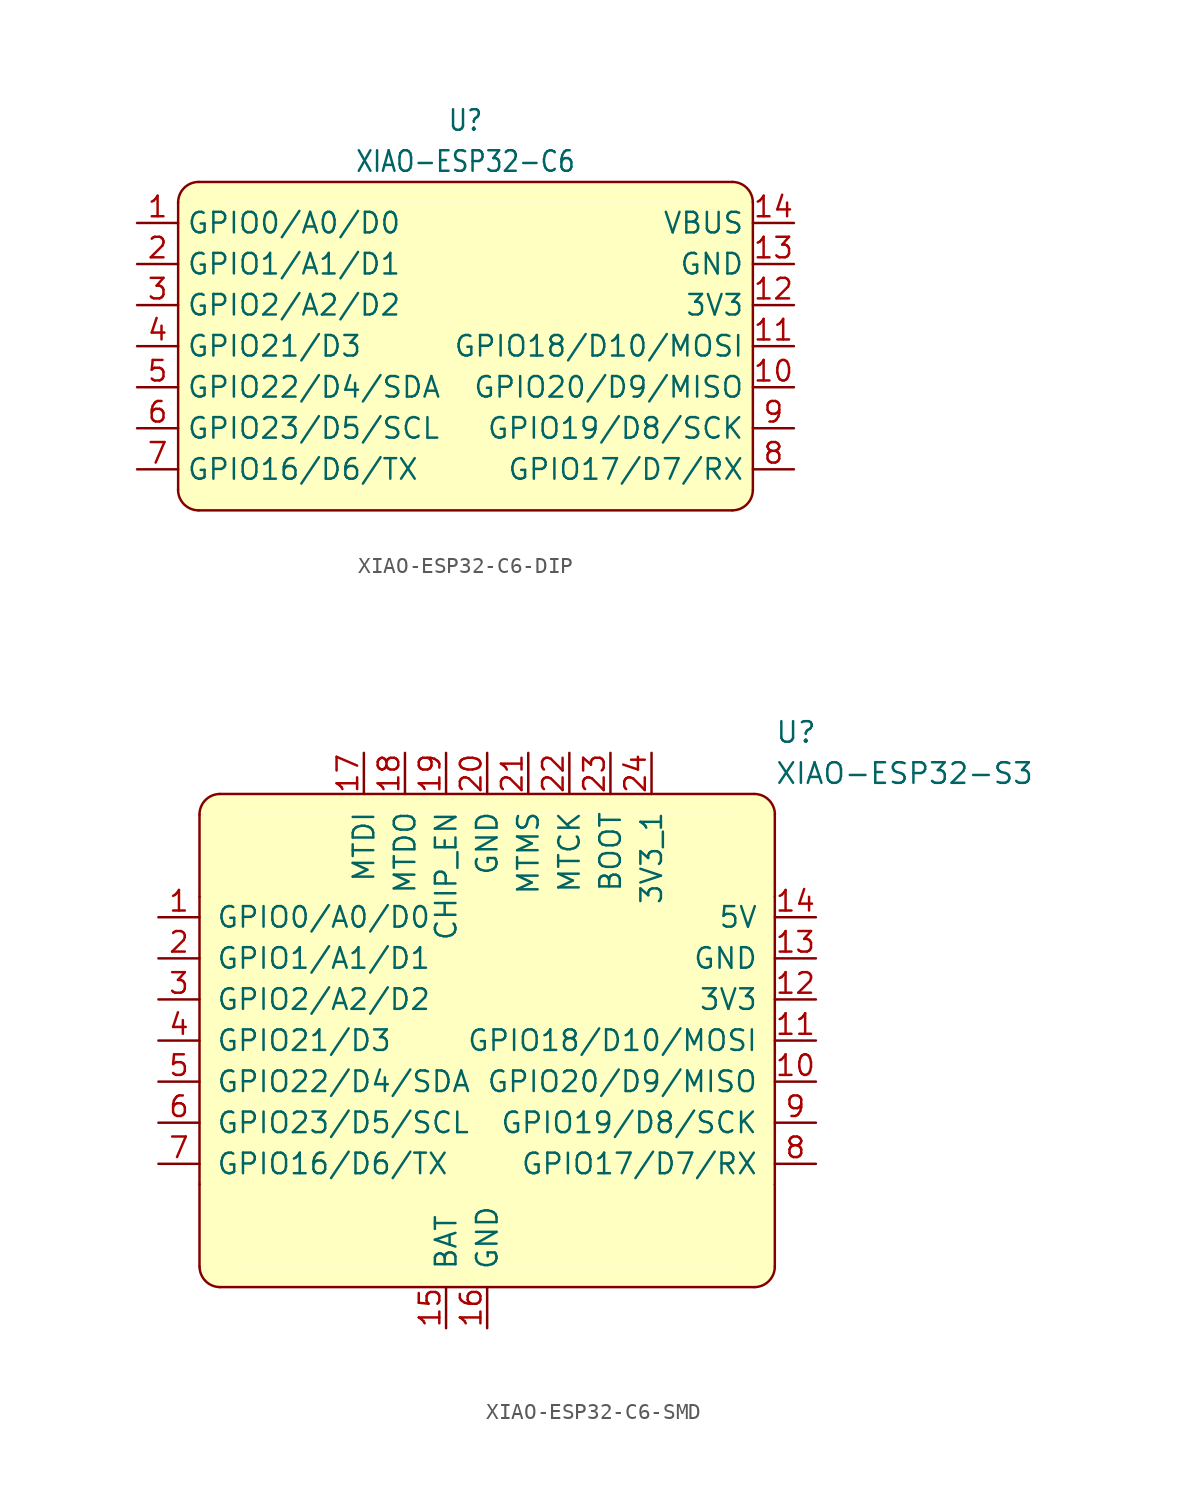
<source format=kicad_sym>
(kicad_symbol_lib
  (version 20241209)
  (generator "kicad_symbol_editor")
  (generator_version "9.0")
  (symbol "XIAO-ESP32-C6-DIP"
    (property "Reference" "U"
      (at 0 13.97 0)
      (effects (font (size 1.27 1.079))))
    (property "Value" "XIAO-ESP32-C6"
      (at 0 11.43 0)
      (effects (font (size 1.27 1.079))))
    (symbol "XIAO-ESP32-C6-DIP_1_0"
      (pin passive line (at -20.32 7.62 0) (length 2.54) (name "GPIO0/A0/D0" (effects (font (size 1.27 1.27)))) (number "1" (effects (font (size 1.27 1.27)))))
      (pin passive line (at -20.32 5.08 0) (length 2.54) (name "GPIO1/A1/D1" (effects (font (size 1.27 1.27)))) (number "2" (effects (font (size 1.27 1.27)))))
      (pin passive line (at -20.32 2.54 0) (length 2.54) (name "GPIO2/A2/D2" (effects (font (size 1.27 1.27)))) (number "3" (effects (font (size 1.27 1.27)))))
      (pin passive line (at -20.32 0 0) (length 2.54) (name "GPIO21/D3" (effects (font (size 1.27 1.27)))) (number "4" (effects (font (size 1.27 1.27)))))
      (pin passive line (at -20.32 -2.54 0) (length 2.54) (name "GPIO22/D4/SDA" (effects (font (size 1.27 1.27)))) (number "5" (effects (font (size 1.27 1.27)))))
      (pin passive line (at -20.32 -5.08 0) (length 2.54) (name "GPIO23/D5/SCL" (effects (font (size 1.27 1.27)))) (number "6" (effects (font (size 1.27 1.27)))))
      (pin passive line (at -20.32 -7.62 0) (length 2.54) (name "GPIO16/D6/TX" (effects (font (size 1.27 1.27)))) (number "7" (effects (font (size 1.27 1.27)))))
      (pin passive line (at 20.32 7.62 180) (length 2.54) (name "VBUS" (effects (font (size 1.27 1.27)))) (number "14" (effects (font (size 1.27 1.27)))))
      (pin passive line (at 20.32 5.08 180) (length 2.54) (name "GND" (effects (font (size 1.27 1.27)))) (number "13" (effects (font (size 1.27 1.27)))))
      (pin passive line (at 20.32 2.54 180) (length 2.54) (name "3V3" (effects (font (size 1.27 1.27)))) (number "12" (effects (font (size 1.27 1.27)))))
      (pin passive line (at 20.32 0 180) (length 2.54) (name "GPIO18/D10/MOSI" (effects (font (size 1.27 1.27)))) (number "11" (effects (font (size 1.27 1.27)))))
      (pin passive line (at 20.32 -2.54 180) (length 2.54) (name "GPIO20/D9/MISO" (effects (font (size 1.27 1.27)))) (number "10" (effects (font (size 1.27 1.27)))))
      (pin passive line (at 20.32 -5.08 180) (length 2.54) (name "GPIO19/D8/SCK" (effects (font (size 1.27 1.27)))) (number "9" (effects (font (size 1.27 1.27)))))
      (pin passive line (at 20.32 -7.62 180) (length 2.54) (name "GPIO17/D7/RX" (effects (font (size 1.27 1.27)))) (number "8" (effects (font (size 1.27 1.27))))))
    (symbol "XIAO-ESP32-C6-DIP_1_1"
      (rectangle (start -17.78 8.89) (end 17.78 -8.89) (stroke (width -0.0001) (type solid)) (fill (type background)))
      (polyline (pts (xy -17.78 -8.89) (xy -17.78 8.89)) (stroke (width 0) (type default)) (fill (type none)))
      (rectangle (start -16.51 10.16) (end 16.51 8.89) (stroke (width -0.0001) (type solid)) (fill (type background)))
      (polyline (pts (xy -16.51 10.16) (xy 16.51 10.16)) (stroke (width 0) (type default)) (fill (type none)))
      (circle (center -16.51 8.89) (radius 1.27) (stroke (width -0.0001) (type solid)) (fill (type background)))
      (circle (center -16.51 -8.89) (radius 1.27) (stroke (width -0.0001) (type solid)) (fill (type background)))
      (rectangle (start -16.51 -8.89) (end 16.51 -10.16) (stroke (width -0.0001) (type solid)) (fill (type background)))
      (polyline (pts (xy -16.51 -10.16) (xy 16.51 -10.16)) (stroke (width 0) (type default)) (fill (type none)))
      (arc (start -17.78 8.89) (mid -17.408 9.788) (end -16.51 10.16) (stroke (width 0) (type default)) (fill (type none)))
      (arc (start -16.51 -10.16) (mid -17.408 -9.788) (end -17.78 -8.89) (stroke (width 0) (type default)) (fill (type none)))
      (arc (start 16.51 10.16) (mid 17.408 9.788) (end 17.78 8.89) (stroke (width 0) (type default)) (fill (type none)))
      (circle (center 16.51 8.89) (radius 1.27) (stroke (width -0.0001) (type solid)) (fill (type background)))
      (circle (center 16.51 -8.89) (radius 1.27) (stroke (width -0.0001) (type solid)) (fill (type background)))
      (arc (start 17.78 -8.89) (mid 17.408 -9.788) (end 16.51 -10.16) (stroke (width 0) (type default)) (fill (type none)))
      (polyline (pts (xy 17.78 -8.89) (xy 17.78 8.89)) (stroke (width 0) (type default)) (fill (type none)))))
  (symbol "XIAO-ESP32-C6-SMD"
    (pin_names
      (offset 1.016))
    (property "Reference" "U"
      (at 17.78 19.05 0)
      (effects (font (size 1.27 1.27)) (justify left)))
    (property "Value" "XIAO-ESP32-S3"
      (at 17.78 16.51 0)
      (effects (font (size 1.27 1.27)) (justify left)))
    (symbol "XIAO-ESP32-C6-SMD_0_1"
      (polyline (pts (xy -17.78 8.89) (xy -17.78 13.97)) (stroke (width 0) (type default)) (fill (type none)))
      (polyline (pts (xy -17.78 -13.97) (xy -17.78 -8.89)) (stroke (width 0) (type default)) (fill (type none)))
      (polyline (pts (xy 17.78 13.97) (xy 17.78 8.89)) (stroke (width 0) (type default)) (fill (type none)))
      (polyline (pts (xy 17.78 -8.89) (xy 17.78 -13.97)) (stroke (width 0) (type default)) (fill (type none))))
    (symbol "XIAO-ESP32-C6-SMD_1_1"
      (rectangle (start -17.78 13.97) (end 17.78 -13.97) (stroke (width -0.0001) (type solid)) (fill (type background)))
      (polyline (pts (xy -17.78 -8.89) (xy -17.78 8.89)) (stroke (width 0) (type default)) (fill (type none)))
      (rectangle (start -16.51 15.24) (end 16.51 13.97) (stroke (width -0.0001) (type solid)) (fill (type background)))
      (polyline (pts (xy -16.51 15.24) (xy 16.51 15.24)) (stroke (width 0) (type default)) (fill (type none)))
      (circle (center -16.51 13.97) (radius 1.27) (stroke (width -0.0001) (type solid)) (fill (type background)))
      (circle (center -16.51 -13.97) (radius 1.27) (stroke (width -0.0001) (type solid)) (fill (type background)))
      (rectangle (start -16.51 -13.97) (end 16.51 -15.24) (stroke (width -0.0001) (type solid)) (fill (type background)))
      (polyline (pts (xy -16.51 -15.24) (xy 16.51 -15.24)) (stroke (width 0) (type default)) (fill (type none)))
      (arc (start -17.78 13.97) (mid -17.408 14.868) (end -16.51 15.24) (stroke (width 0) (type default)) (fill (type none)))
      (arc (start -16.51 -15.24) (mid -17.408 -14.868) (end -17.78 -13.97) (stroke (width 0) (type default)) (fill (type none)))
      (arc (start 16.51 15.24) (mid 17.408 14.868) (end 17.78 13.97) (stroke (width 0) (type default)) (fill (type none)))
      (circle (center 16.51 13.97) (radius 1.27) (stroke (width -0.0001) (type solid)) (fill (type background)))
      (circle (center 16.51 -13.97) (radius 1.27) (stroke (width -0.0001) (type solid)) (fill (type background)))
      (arc (start 17.78 -13.97) (mid 17.408 -14.868) (end 16.51 -15.24) (stroke (width 0) (type default)) (fill (type none)))
      (polyline (pts (xy 17.78 -8.89) (xy 17.78 8.89)) (stroke (width 0) (type default)) (fill (type none)))
      (pin passive line (at -20.32 7.62 0) (length 2.54) (name "GPIO0/A0/D0" (effects (font (size 1.27 1.27)))) (number "1" (effects (font (size 1.27 1.27)))))
      (pin passive line (at -20.32 5.08 0) (length 2.54) (name "GPIO1/A1/D1" (effects (font (size 1.27 1.27)))) (number "2" (effects (font (size 1.27 1.27)))))
      (pin passive line (at -20.32 2.54 0) (length 2.54) (name "GPIO2/A2/D2" (effects (font (size 1.27 1.27)))) (number "3" (effects (font (size 1.27 1.27)))))
      (pin passive line (at -20.32 0 0) (length 2.54) (name "GPIO21/D3" (effects (font (size 1.27 1.27)))) (number "4" (effects (font (size 1.27 1.27)))))
      (pin passive line (at -20.32 -2.54 0) (length 2.54) (name "GPIO22/D4/SDA" (effects (font (size 1.27 1.27)))) (number "5" (effects (font (size 1.27 1.27)))))
      (pin passive line (at -20.32 -5.08 0) (length 2.54) (name "GPIO23/D5/SCL" (effects (font (size 1.27 1.27)))) (number "6" (effects (font (size 1.27 1.27)))))
      (pin passive line (at -20.32 -7.62 0) (length 2.54) (name "GPIO16/D6/TX" (effects (font (size 1.27 1.27)))) (number "7" (effects (font (size 1.27 1.27)))))
      (pin passive line (at -7.62 17.78 270) (length 2.54) (name "MTDI" (effects (font (size 1.27 1.27)))) (number "17" (effects (font (size 1.27 1.27)))))
      (pin passive line (at -5.08 17.78 270) (length 2.54) (name "MTDO" (effects (font (size 1.27 1.27)))) (number "18" (effects (font (size 1.27 1.27)))))
      (pin passive line (at -2.54 17.78 270) (length 2.54) (name "CHIP_EN" (effects (font (size 1.27 1.27)))) (number "19" (effects (font (size 1.27 1.27)))))
      (pin passive line (at -2.54 -17.78 90) (length 2.54) (name "BAT" (effects (font (size 1.27 1.27)))) (number "15" (effects (font (size 1.27 1.27)))))
      (pin passive line (at 0 17.78 270) (length 2.54) (name "GND" (effects (font (size 1.27 1.27)))) (number "20" (effects (font (size 1.27 1.27)))))
      (pin passive line (at 0 -17.78 90) (length 2.54) (name "GND" (effects (font (size 1.27 1.27)))) (number "16" (effects (font (size 1.27 1.27)))))
      (pin passive line (at 2.54 17.78 270) (length 2.54) (name "MTMS" (effects (font (size 1.27 1.27)))) (number "21" (effects (font (size 1.27 1.27)))))
      (pin passive line (at 5.08 17.78 270) (length 2.54) (name "MTCK" (effects (font (size 1.27 1.27)))) (number "22" (effects (font (size 1.27 1.27)))))
      (pin passive line (at 7.62 17.78 270) (length 2.54) (name "BOOT" (effects (font (size 1.27 1.27)))) (number "23" (effects (font (size 1.27 1.27)))))
      (pin passive line (at 10.16 17.78 270) (length 2.54) (name "3V3_1" (effects (font (size 1.27 1.27)))) (number "24" (effects (font (size 1.27 1.27)))))
      (pin passive line (at 20.32 7.62 180) (length 2.54) (name "5V" (effects (font (size 1.27 1.27)))) (number "14" (effects (font (size 1.27 1.27)))))
      (pin passive line (at 20.32 5.08 180) (length 2.54) (name "GND" (effects (font (size 1.27 1.27)))) (number "13" (effects (font (size 1.27 1.27)))))
      (pin passive line (at 20.32 2.54 180) (length 2.54) (name "3V3" (effects (font (size 1.27 1.27)))) (number "12" (effects (font (size 1.27 1.27)))))
      (pin passive line (at 20.32 0 180) (length 2.54) (name "GPIO18/D10/MOSI" (effects (font (size 1.27 1.27)))) (number "11" (effects (font (size 1.27 1.27)))))
      (pin passive line (at 20.32 -2.54 180) (length 2.54) (name "GPIO20/D9/MISO" (effects (font (size 1.27 1.27)))) (number "10" (effects (font (size 1.27 1.27)))))
      (pin passive line (at 20.32 -5.08 180) (length 2.54) (name "GPIO19/D8/SCK" (effects (font (size 1.27 1.27)))) (number "9" (effects (font (size 1.27 1.27)))))
      (pin passive line (at 20.32 -7.62 180) (length 2.54) (name "GPIO17/D7/RX" (effects (font (size 1.27 1.27)))) (number "8" (effects (font (size 1.27 1.27))))))))
</source>
